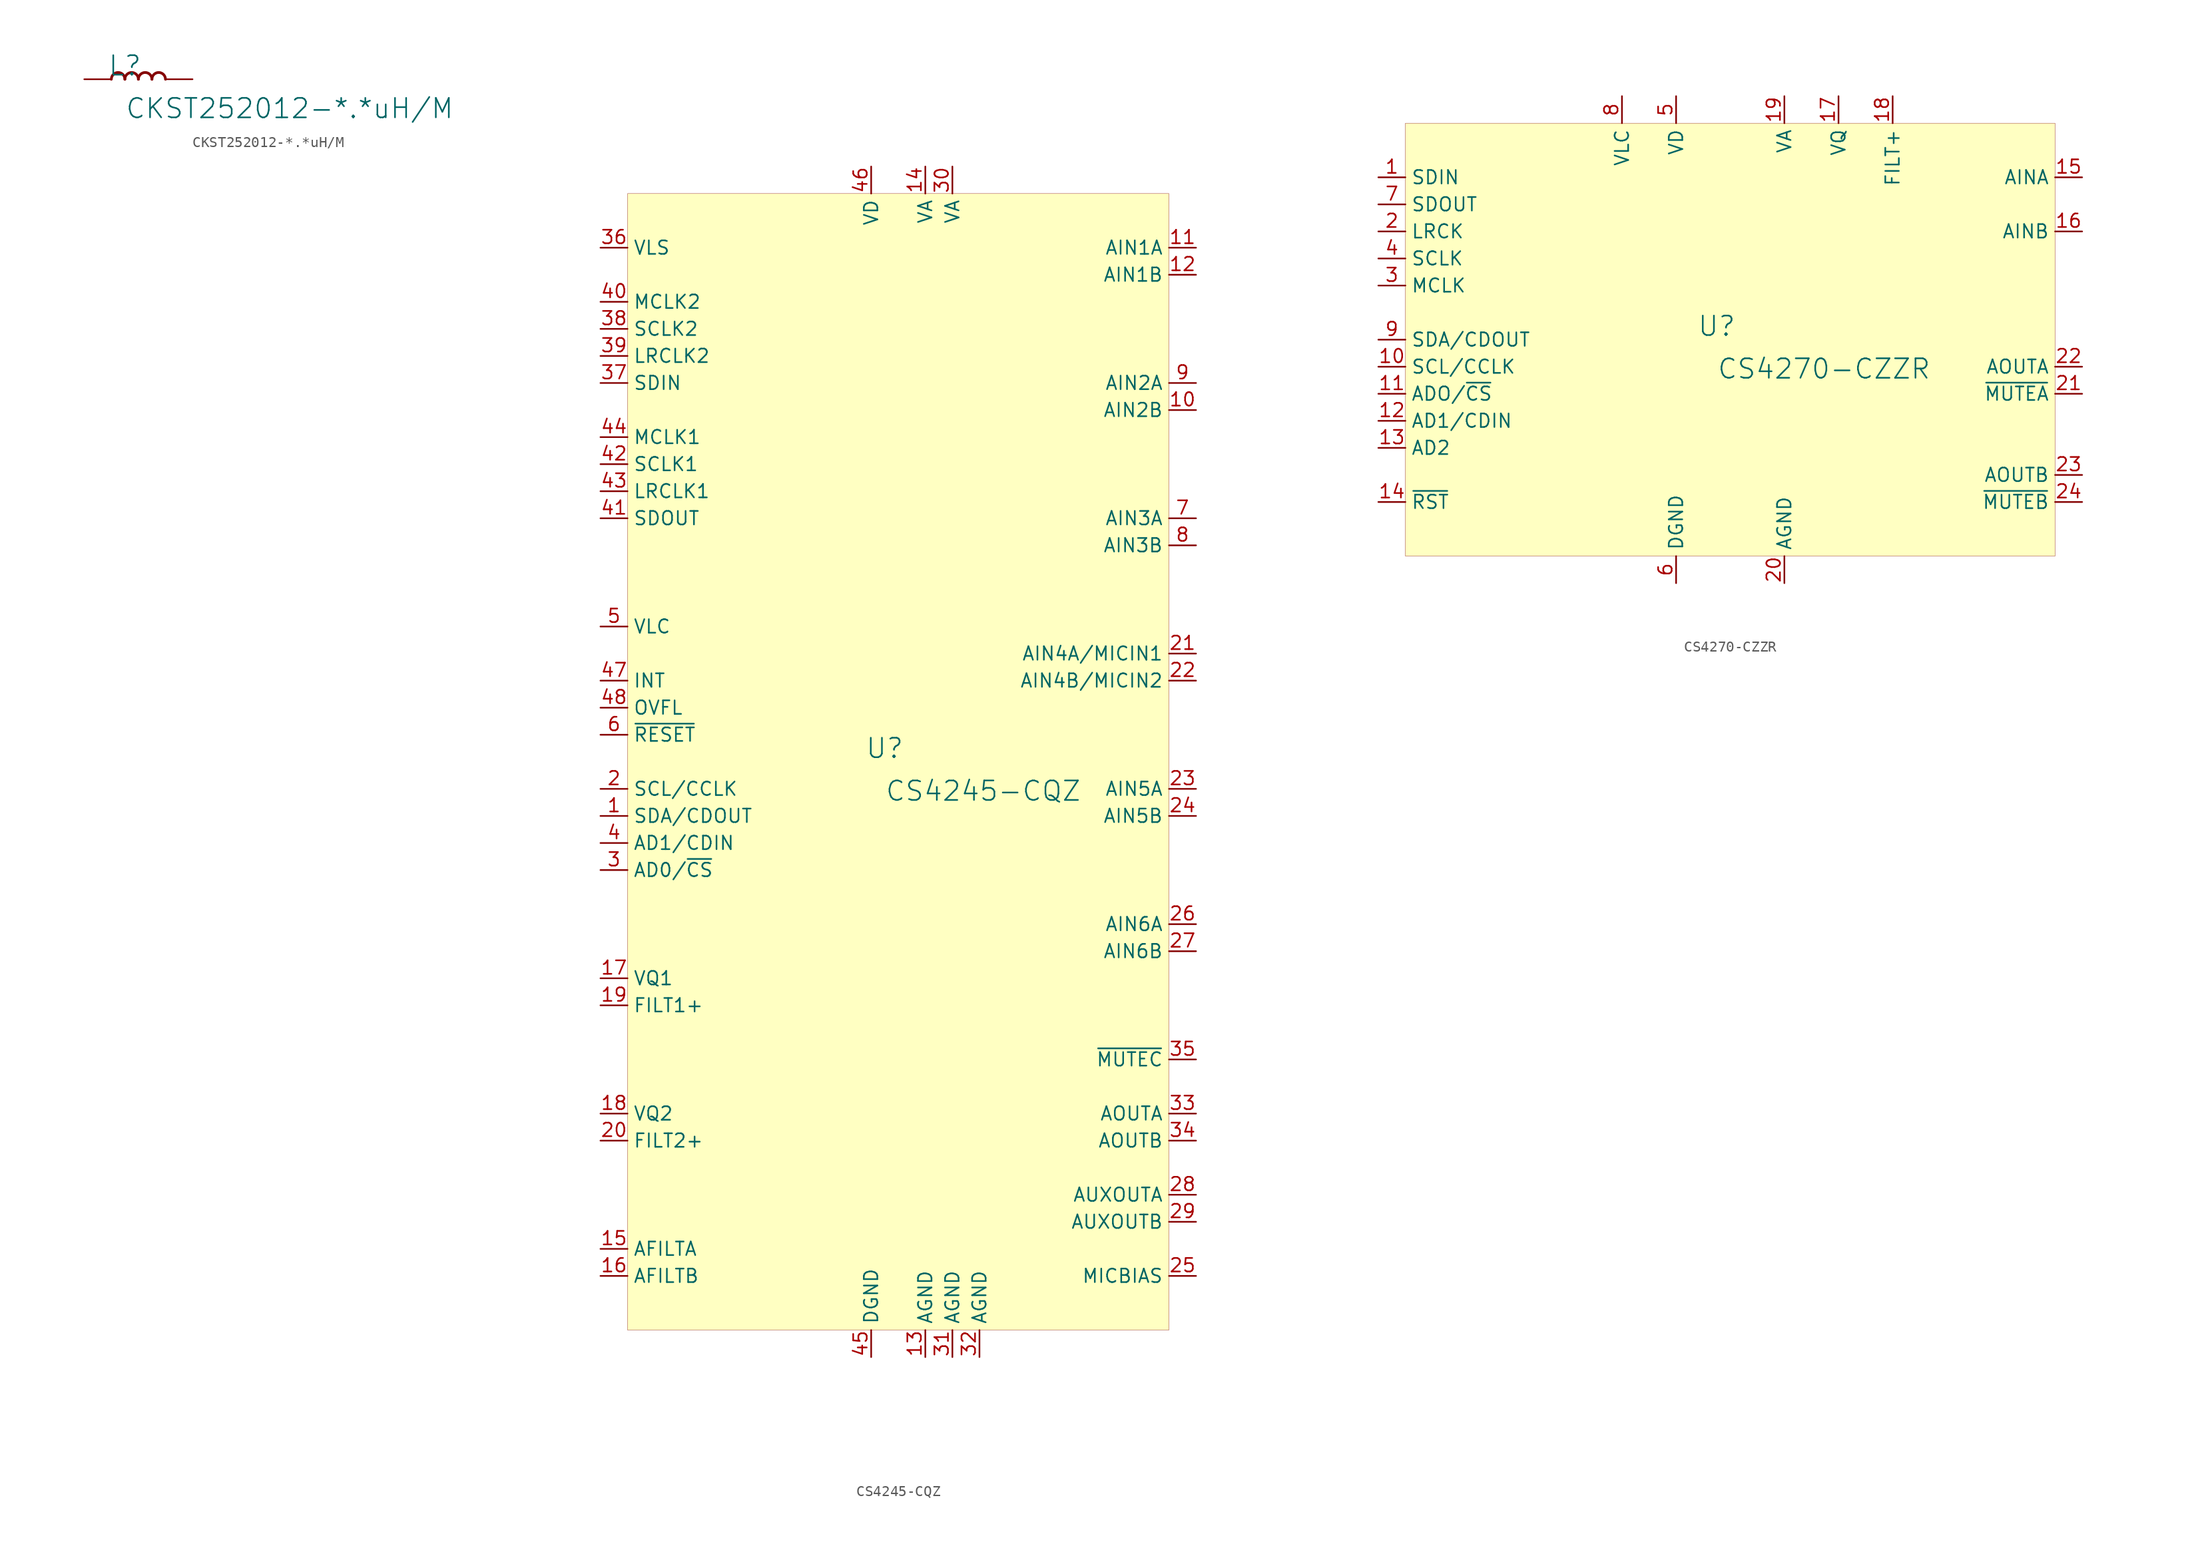
<source format=kicad_sym>
(kicad_symbol_lib
  (version 20231120)
  (generator "kicad_symbol_editor")
  (generator_version "8.0")
  (symbol "CKST252012-*.*uH/M"
    (property "Reference" "L"
      (at -1.27 1.27 0)
      (effects (font (size 1.829 1.829))))
    (property "Value" "CKST252012-*.*uH/M"
      (at -1.27 -3.81 0)
      (effects (font (size 1.829 1.829)) (justify left bottom)))
    (symbol "CKST252012-*.*uH/M_1_0"
      (arc (start -1.27 0) (mid -1.905 0.635) (end -2.54 0) (stroke (width 0.254) (type solid)) (fill (type none)))
      (arc (start 0 0) (mid -0.635 0.635) (end -1.27 0) (stroke (width 0.254) (type solid)) (fill (type none)))
      (arc (start 1.27 0) (mid 0.635 0.635) (end 0 0) (stroke (width 0.254) (type solid)) (fill (type none)))
      (arc (start 2.54 0) (mid 1.905 0.635) (end 1.27 0) (stroke (width 0.254) (type solid)) (fill (type none)))
      (pin passive line (at -5.08 0 0) (length 2.54) (name "1" (effects (font (size 0 0)))) (number "1" (effects (font (size 0 0)))))
      (pin passive line (at 5.08 0 180) (length 2.54) (name "2" (effects (font (size 0 0)))) (number "2" (effects (font (size 0 0)))))))
  (symbol "CS4245-CQZ"
    (property "Reference" "U"
      (at -1.27 1.27 0)
      (effects (font (size 1.829 1.829))))
    (property "Value" "CS4245-CQZ"
      (at -1.27 -3.81 0)
      (effects (font (size 1.829 1.829)) (justify left bottom)))
    (symbol "CS4245-CQZ_1_0"
      (rectangle (start 25.4 53.34) (end -25.4 -53.34) (stroke (width 0.025) (type solid) (color 128 0 0 1)) (fill (type background)))
      (pin bidirectional line (at -27.94 -5.08 0) (length 2.54) (name "SDA/CDOUT" (effects (font (size 1.27 1.27)))) (number "1" (effects (font (size 1.27 1.27)))))
      (pin input line (at 27.94 33.02 180) (length 2.54) (name "AIN2B" (effects (font (size 1.27 1.27)))) (number "10" (effects (font (size 1.27 1.27)))))
      (pin input line (at 27.94 48.26 180) (length 2.54) (name "AIN1A" (effects (font (size 1.27 1.27)))) (number "11" (effects (font (size 1.27 1.27)))))
      (pin input line (at 27.94 45.72 180) (length 2.54) (name "AIN1B" (effects (font (size 1.27 1.27)))) (number "12" (effects (font (size 1.27 1.27)))))
      (pin power_in line (at 2.54 -55.88 90) (length 2.54) (name "AGND" (effects (font (size 1.27 1.27)))) (number "13" (effects (font (size 1.27 1.27)))))
      (pin power_in line (at 2.54 55.88 270) (length 2.54) (name "VA" (effects (font (size 1.27 1.27)))) (number "14" (effects (font (size 1.27 1.27)))))
      (pin power_in line (at -27.94 -45.72 0) (length 2.54) (name "AFILTA" (effects (font (size 1.27 1.27)))) (number "15" (effects (font (size 1.27 1.27)))))
      (pin power_in line (at -27.94 -48.26 0) (length 2.54) (name "AFILTB" (effects (font (size 1.27 1.27)))) (number "16" (effects (font (size 1.27 1.27)))))
      (pin power_in line (at -27.94 -20.32 0) (length 2.54) (name "VQ1" (effects (font (size 1.27 1.27)))) (number "17" (effects (font (size 1.27 1.27)))))
      (pin power_in line (at -27.94 -33.02 0) (length 2.54) (name "VQ2" (effects (font (size 1.27 1.27)))) (number "18" (effects (font (size 1.27 1.27)))))
      (pin power_in line (at -27.94 -22.86 0) (length 2.54) (name "FILT1+" (effects (font (size 1.27 1.27)))) (number "19" (effects (font (size 1.27 1.27)))))
      (pin input line (at -27.94 -2.54 0) (length 2.54) (name "SCL/CCLK" (effects (font (size 1.27 1.27)))) (number "2" (effects (font (size 1.27 1.27)))))
      (pin power_in line (at -27.94 -35.56 0) (length 2.54) (name "FILT2+" (effects (font (size 1.27 1.27)))) (number "20" (effects (font (size 1.27 1.27)))))
      (pin input line (at 27.94 10.16 180) (length 2.54) (name "AIN4A/MICIN1" (effects (font (size 1.27 1.27)))) (number "21" (effects (font (size 1.27 1.27)))))
      (pin input line (at 27.94 7.62 180) (length 2.54) (name "AIN4B/MICIN2" (effects (font (size 1.27 1.27)))) (number "22" (effects (font (size 1.27 1.27)))))
      (pin input line (at 27.94 -2.54 180) (length 2.54) (name "AIN5A" (effects (font (size 1.27 1.27)))) (number "23" (effects (font (size 1.27 1.27)))))
      (pin input line (at 27.94 -5.08 180) (length 2.54) (name "AIN5B" (effects (font (size 1.27 1.27)))) (number "24" (effects (font (size 1.27 1.27)))))
      (pin power_in line (at 27.94 -48.26 180) (length 2.54) (name "MICBIAS" (effects (font (size 1.27 1.27)))) (number "25" (effects (font (size 1.27 1.27)))))
      (pin input line (at 27.94 -15.24 180) (length 2.54) (name "AIN6A" (effects (font (size 1.27 1.27)))) (number "26" (effects (font (size 1.27 1.27)))))
      (pin input line (at 27.94 -17.78 180) (length 2.54) (name "AIN6B" (effects (font (size 1.27 1.27)))) (number "27" (effects (font (size 1.27 1.27)))))
      (pin output line (at 27.94 -40.64 180) (length 2.54) (name "AUXOUTA" (effects (font (size 1.27 1.27)))) (number "28" (effects (font (size 1.27 1.27)))))
      (pin output line (at 27.94 -43.18 180) (length 2.54) (name "AUXOUTB" (effects (font (size 1.27 1.27)))) (number "29" (effects (font (size 1.27 1.27)))))
      (pin input line (at -27.94 -10.16 0) (length 2.54) (name "AD0/~{CS}" (effects (font (size 1.27 1.27)))) (number "3" (effects (font (size 1.27 1.27)))))
      (pin power_in line (at 5.08 55.88 270) (length 2.54) (name "VA" (effects (font (size 1.27 1.27)))) (number "30" (effects (font (size 1.27 1.27)))))
      (pin power_in line (at 5.08 -55.88 90) (length 2.54) (name "AGND" (effects (font (size 1.27 1.27)))) (number "31" (effects (font (size 1.27 1.27)))))
      (pin power_in line (at 7.62 -55.88 90) (length 2.54) (name "AGND" (effects (font (size 1.27 1.27)))) (number "32" (effects (font (size 1.27 1.27)))))
      (pin output line (at 27.94 -33.02 180) (length 2.54) (name "AOUTA" (effects (font (size 1.27 1.27)))) (number "33" (effects (font (size 1.27 1.27)))))
      (pin output line (at 27.94 -35.56 180) (length 2.54) (name "AOUTB" (effects (font (size 1.27 1.27)))) (number "34" (effects (font (size 1.27 1.27)))))
      (pin output line (at 27.94 -27.94 180) (length 2.54) (name "~{MUTEC}" (effects (font (size 1.27 1.27)))) (number "35" (effects (font (size 1.27 1.27)))))
      (pin power_in line (at -27.94 48.26 0) (length 2.54) (name "VLS" (effects (font (size 1.27 1.27)))) (number "36" (effects (font (size 1.27 1.27)))))
      (pin input line (at -27.94 35.56 0) (length 2.54) (name "SDIN" (effects (font (size 1.27 1.27)))) (number "37" (effects (font (size 1.27 1.27)))))
      (pin bidirectional line (at -27.94 40.64 0) (length 2.54) (name "SCLK2" (effects (font (size 1.27 1.27)))) (number "38" (effects (font (size 1.27 1.27)))))
      (pin bidirectional line (at -27.94 38.1 0) (length 2.54) (name "LRCLK2" (effects (font (size 1.27 1.27)))) (number "39" (effects (font (size 1.27 1.27)))))
      (pin input line (at -27.94 -7.62 0) (length 2.54) (name "AD1/CDIN" (effects (font (size 1.27 1.27)))) (number "4" (effects (font (size 1.27 1.27)))))
      (pin input line (at -27.94 43.18 0) (length 2.54) (name "MCLK2" (effects (font (size 1.27 1.27)))) (number "40" (effects (font (size 1.27 1.27)))))
      (pin output line (at -27.94 22.86 0) (length 2.54) (name "SDOUT" (effects (font (size 1.27 1.27)))) (number "41" (effects (font (size 1.27 1.27)))))
      (pin bidirectional line (at -27.94 27.94 0) (length 2.54) (name "SCLK1" (effects (font (size 1.27 1.27)))) (number "42" (effects (font (size 1.27 1.27)))))
      (pin bidirectional line (at -27.94 25.4 0) (length 2.54) (name "LRCLK1" (effects (font (size 1.27 1.27)))) (number "43" (effects (font (size 1.27 1.27)))))
      (pin input line (at -27.94 30.48 0) (length 2.54) (name "MCLK1" (effects (font (size 1.27 1.27)))) (number "44" (effects (font (size 1.27 1.27)))))
      (pin power_in line (at -2.54 -55.88 90) (length 2.54) (name "DGND" (effects (font (size 1.27 1.27)))) (number "45" (effects (font (size 1.27 1.27)))))
      (pin power_in line (at -2.54 55.88 270) (length 2.54) (name "VD" (effects (font (size 1.27 1.27)))) (number "46" (effects (font (size 1.27 1.27)))))
      (pin output line (at -27.94 7.62 0) (length 2.54) (name "INT" (effects (font (size 1.27 1.27)))) (number "47" (effects (font (size 1.27 1.27)))))
      (pin output line (at -27.94 5.08 0) (length 2.54) (name "OVFL" (effects (font (size 1.27 1.27)))) (number "48" (effects (font (size 1.27 1.27)))))
      (pin power_in line (at -27.94 12.7 0) (length 2.54) (name "VLC" (effects (font (size 1.27 1.27)))) (number "5" (effects (font (size 1.27 1.27)))))
      (pin input line (at -27.94 2.54 0) (length 2.54) (name "~{RESET}" (effects (font (size 1.27 1.27)))) (number "6" (effects (font (size 1.27 1.27)))))
      (pin input line (at 27.94 22.86 180) (length 2.54) (name "AIN3A" (effects (font (size 1.27 1.27)))) (number "7" (effects (font (size 1.27 1.27)))))
      (pin input line (at 27.94 20.32 180) (length 2.54) (name "AIN3B" (effects (font (size 1.27 1.27)))) (number "8" (effects (font (size 1.27 1.27)))))
      (pin input line (at 27.94 35.56 180) (length 2.54) (name "AIN2A" (effects (font (size 1.27 1.27)))) (number "9" (effects (font (size 1.27 1.27)))))))
  (symbol "CS4270-CZZR"
    (property "Reference" "U"
      (at -1.27 1.27 0)
      (effects (font (size 1.829 1.829))))
    (property "Value" "CS4270-CZZR"
      (at -1.27 -3.81 0)
      (effects (font (size 1.829 1.829)) (justify left bottom)))
    (symbol "CS4270-CZZR_1_0"
      (rectangle (start 30.48 20.32) (end -30.48 -20.32) (stroke (width 0.025) (type solid) (color 128 0 0 1)) (fill (type background)))
      (pin input line (at -33.02 15.24 0) (length 2.54) (name "SDIN" (effects (font (size 1.27 1.27)))) (number "1" (effects (font (size 1.27 1.27)))))
      (pin input line (at -33.02 -2.54 0) (length 2.54) (name "SCL/CCLK" (effects (font (size 1.27 1.27)))) (number "10" (effects (font (size 1.27 1.27)))))
      (pin input line (at -33.02 -5.08 0) (length 2.54) (name "ADO/~{CS}" (effects (font (size 1.27 1.27)))) (number "11" (effects (font (size 1.27 1.27)))))
      (pin input line (at -33.02 -7.62 0) (length 2.54) (name "AD1/CDIN" (effects (font (size 1.27 1.27)))) (number "12" (effects (font (size 1.27 1.27)))))
      (pin passive line (at -33.02 -10.16 0) (length 2.54) (name "AD2" (effects (font (size 1.27 1.27)))) (number "13" (effects (font (size 1.27 1.27)))))
      (pin input line (at -33.02 -15.24 0) (length 2.54) (name "~{RST}" (effects (font (size 1.27 1.27)))) (number "14" (effects (font (size 1.27 1.27)))))
      (pin input line (at 33.02 15.24 180) (length 2.54) (name "AINA" (effects (font (size 1.27 1.27)))) (number "15" (effects (font (size 1.27 1.27)))))
      (pin input line (at 33.02 10.16 180) (length 2.54) (name "AINB" (effects (font (size 1.27 1.27)))) (number "16" (effects (font (size 1.27 1.27)))))
      (pin power_in line (at 10.16 22.86 270) (length 2.54) (name "VQ" (effects (font (size 1.27 1.27)))) (number "17" (effects (font (size 1.27 1.27)))))
      (pin power_in line (at 15.24 22.86 270) (length 2.54) (name "FILT+" (effects (font (size 1.27 1.27)))) (number "18" (effects (font (size 1.27 1.27)))))
      (pin power_in line (at 5.08 22.86 270) (length 2.54) (name "VA" (effects (font (size 1.27 1.27)))) (number "19" (effects (font (size 1.27 1.27)))))
      (pin bidirectional line (at -33.02 10.16 0) (length 2.54) (name "LRCK" (effects (font (size 1.27 1.27)))) (number "2" (effects (font (size 1.27 1.27)))))
      (pin power_in line (at 5.08 -22.86 90) (length 2.54) (name "AGND" (effects (font (size 1.27 1.27)))) (number "20" (effects (font (size 1.27 1.27)))))
      (pin output line (at 33.02 -5.08 180) (length 2.54) (name "~{MUTEA}" (effects (font (size 1.27 1.27)))) (number "21" (effects (font (size 1.27 1.27)))))
      (pin output line (at 33.02 -2.54 180) (length 2.54) (name "AOUTA" (effects (font (size 1.27 1.27)))) (number "22" (effects (font (size 1.27 1.27)))))
      (pin output line (at 33.02 -12.7 180) (length 2.54) (name "AOUTB" (effects (font (size 1.27 1.27)))) (number "23" (effects (font (size 1.27 1.27)))))
      (pin output line (at 33.02 -15.24 180) (length 2.54) (name "~{MUTEB}" (effects (font (size 1.27 1.27)))) (number "24" (effects (font (size 1.27 1.27)))))
      (pin input line (at -33.02 5.08 0) (length 2.54) (name "MCLK" (effects (font (size 1.27 1.27)))) (number "3" (effects (font (size 1.27 1.27)))))
      (pin bidirectional line (at -33.02 7.62 0) (length 2.54) (name "SCLK" (effects (font (size 1.27 1.27)))) (number "4" (effects (font (size 1.27 1.27)))))
      (pin power_in line (at -5.08 22.86 270) (length 2.54) (name "VD" (effects (font (size 1.27 1.27)))) (number "5" (effects (font (size 1.27 1.27)))))
      (pin power_in line (at -5.08 -22.86 90) (length 2.54) (name "DGND" (effects (font (size 1.27 1.27)))) (number "6" (effects (font (size 1.27 1.27)))))
      (pin output line (at -33.02 12.7 0) (length 2.54) (name "SDOUT" (effects (font (size 1.27 1.27)))) (number "7" (effects (font (size 1.27 1.27)))))
      (pin power_in line (at -10.16 22.86 270) (length 2.54) (name "VLC" (effects (font (size 1.27 1.27)))) (number "8" (effects (font (size 1.27 1.27)))))
      (pin bidirectional line (at -33.02 0 0) (length 2.54) (name "SDA/CDOUT" (effects (font (size 1.27 1.27)))) (number "9" (effects (font (size 1.27 1.27))))))))
</source>
